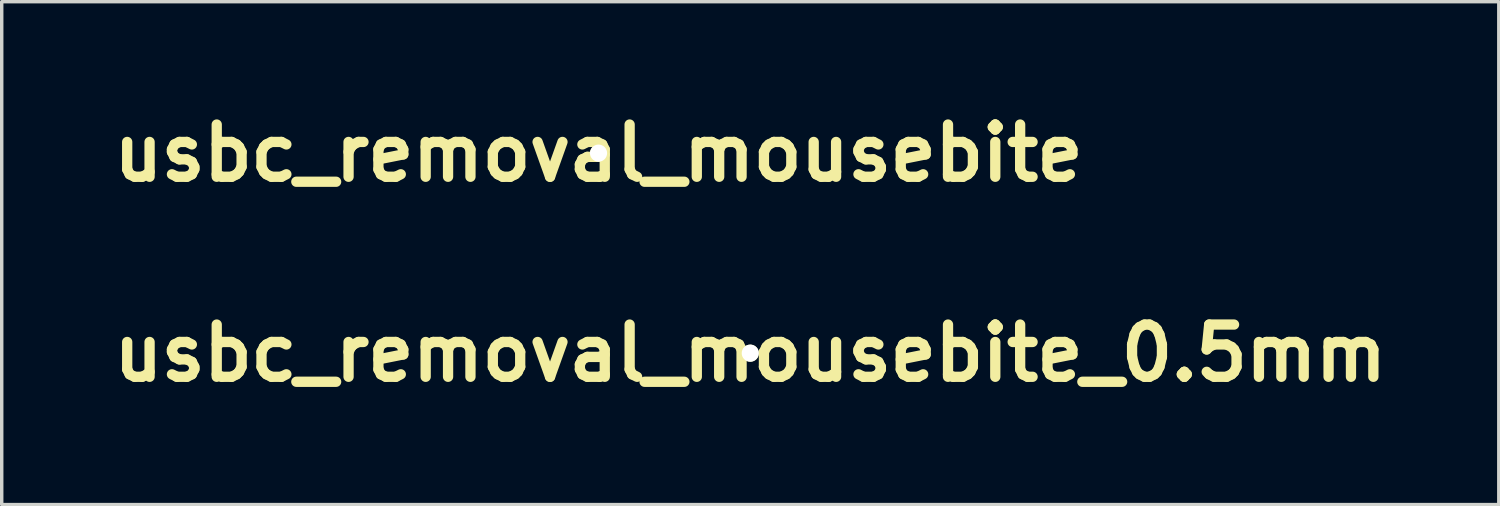
<source format=kicad_pcb>
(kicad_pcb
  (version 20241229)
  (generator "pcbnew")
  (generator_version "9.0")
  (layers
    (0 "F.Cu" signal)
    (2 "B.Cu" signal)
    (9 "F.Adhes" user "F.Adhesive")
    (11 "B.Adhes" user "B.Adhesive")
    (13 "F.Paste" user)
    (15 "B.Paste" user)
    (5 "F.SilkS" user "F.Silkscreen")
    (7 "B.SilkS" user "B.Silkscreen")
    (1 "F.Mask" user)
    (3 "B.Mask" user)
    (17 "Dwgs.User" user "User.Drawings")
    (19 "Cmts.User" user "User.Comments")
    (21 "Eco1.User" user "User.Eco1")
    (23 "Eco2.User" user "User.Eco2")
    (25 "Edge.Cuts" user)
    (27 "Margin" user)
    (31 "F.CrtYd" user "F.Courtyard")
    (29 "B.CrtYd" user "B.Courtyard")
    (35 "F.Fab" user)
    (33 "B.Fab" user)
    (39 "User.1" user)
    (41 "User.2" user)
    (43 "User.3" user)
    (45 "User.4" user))
  (footprint "usbc_removal_mousebite"
    (layer "F.Cu")
    (at 14.413 1.418)
    (property "Reference" "usbc_removal_mousebite" (at 0 0 0) (layer "F.SilkS") (effects (font (size 1.524 1.524) (thickness 0.3))))
    (attr through_hole)
    (pad "" np_thru_hole circle (at 0 0) (size 0.5 0.5) (drill 0.5) (layers "F.SilkS")))
  (footprint "usbc_removal_mousebite_0.5mm"
    (layer "F.Cu")
    (at 18.84 7.254)
    (property "Reference" "usbc_removal_mousebite_0.5mm" (at 0 0 0) (layer "F.SilkS") (effects (font (size 1.524 1.524) (thickness 0.3))))
    (attr through_hole)
    (pad "" np_thru_hole circle (at 0 0) (size 0.5 0.5) (drill 0.5) (layers "F.SilkS")))
  (gr_rect
    (start -3 -3)
    (end 40.679 11.672)
    (stroke (width 0.1) (type default))
    (fill no)
    (layer "Edge.Cuts")))
</source>
